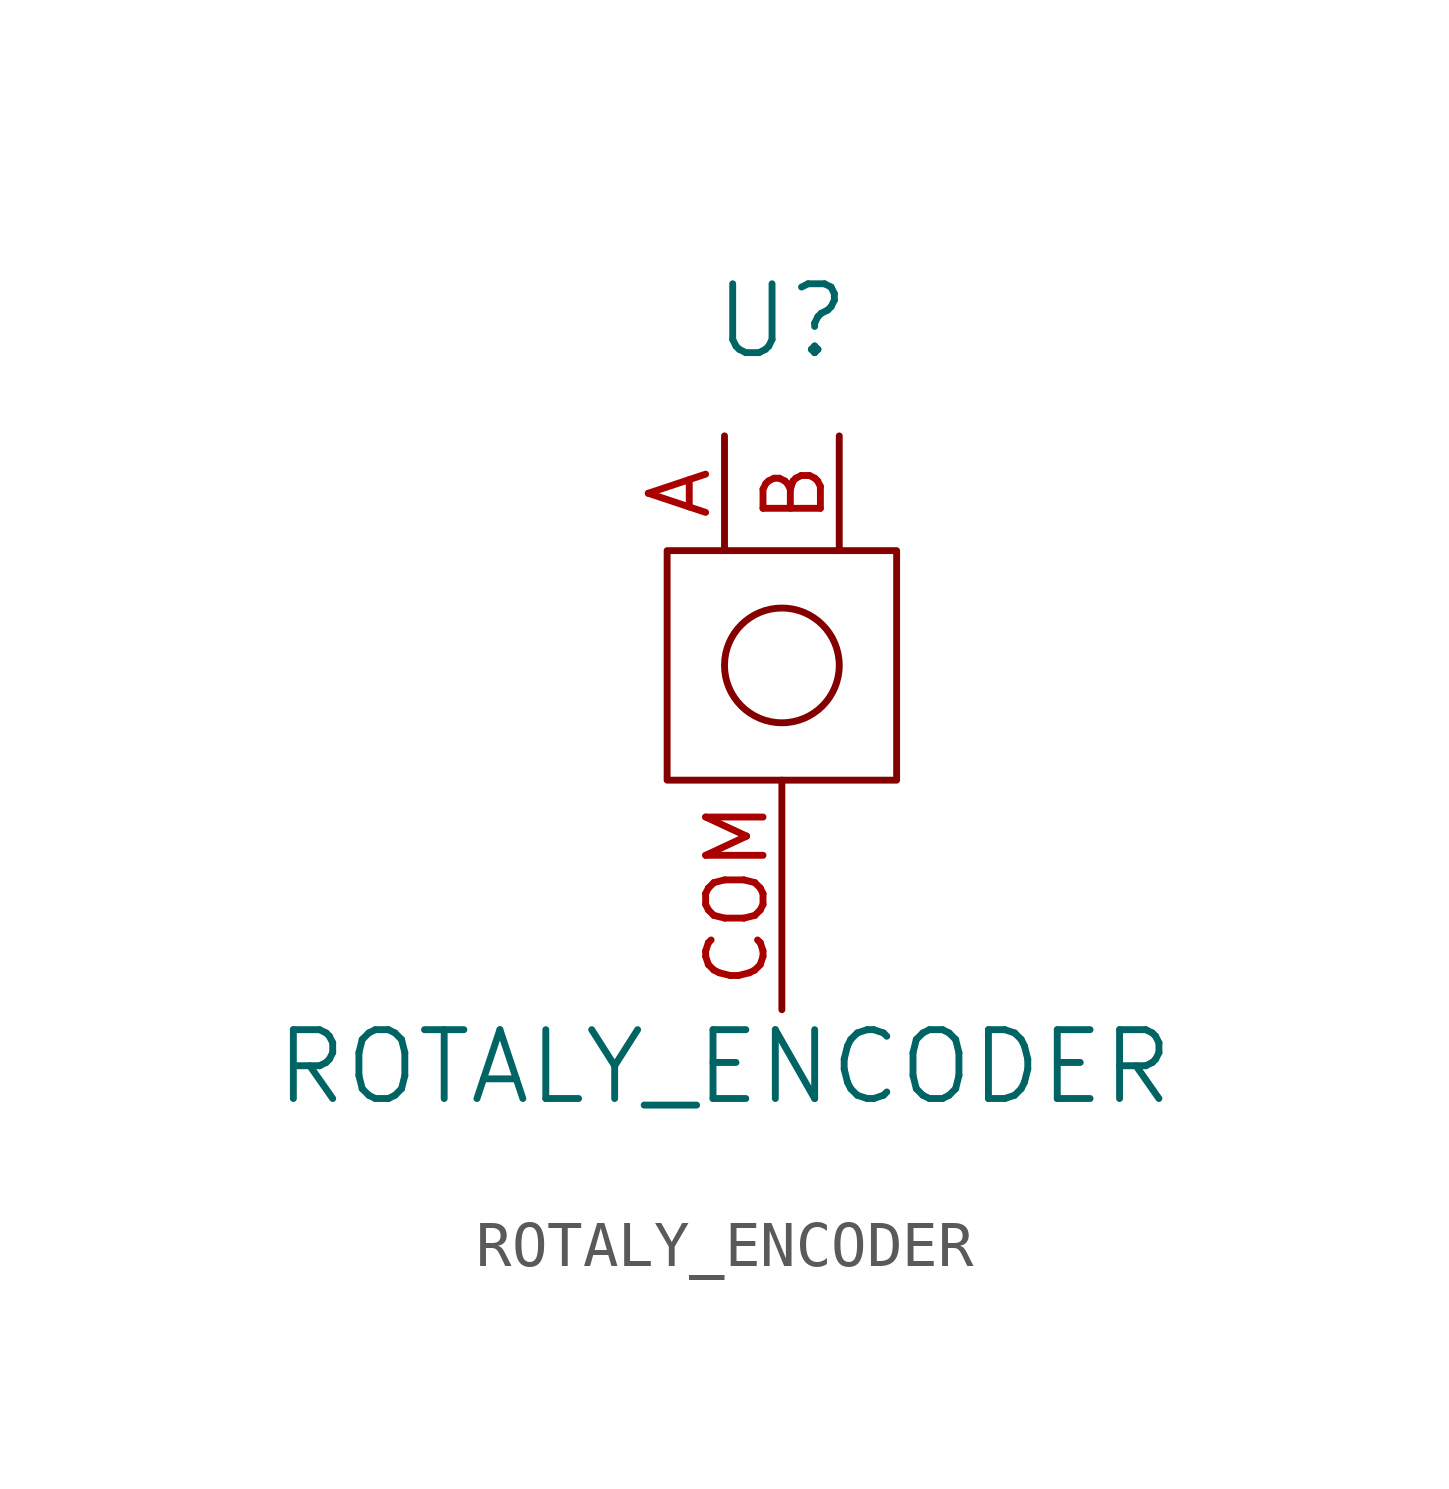
<source format=kicad_sym>
(kicad_symbol_lib
  (version 20220914)
  (generator kicad_symbol_editor)
  (symbol "ROTALY_ENCODER"
    (pin_names
      (offset 1.016))
    (property "Reference" "U"
      (at 0 7.62 0)
      (effects (font (size 1.524 1.524))))
    (property "Value" "ROTALY_ENCODER"
      (at -1.27 -8.89 0)
      (effects (font (size 1.524 1.524))))
    (property "Footprint" ""
      (at 0 0 0)
      (effects (font (size 1.524 1.524))))
    (property "Datasheet" ""
      (at 0 0 0)
      (effects (font (size 1.524 1.524))))
    (symbol "ROTALY_ENCODER_0_1"
      (rectangle (start -2.54 2.54) (end 2.54 -2.54) (stroke (width 0) (type solid)) (fill (type none)))
      (circle (center 0 0) (radius 1.27) (stroke (width 0) (type solid)) (fill (type none))))
    (symbol "ROTALY_ENCODER_1_1"
      (pin input line (at -1.27 5.08 270) (length 2.54) (name "~" (effects (font (size 1.27 1.27)))) (number "A" (effects (font (size 1.27 1.27)))))
      (pin input line (at 1.27 5.08 270) (length 2.54) (name "~" (effects (font (size 1.27 1.27)))) (number "B" (effects (font (size 1.27 1.27)))))
      (pin input line (at 0 -7.62 90) (length 5.08) (name "~" (effects (font (size 1.27 1.27)))) (number "COM" (effects (font (size 1.27 1.27))))))))
</source>
